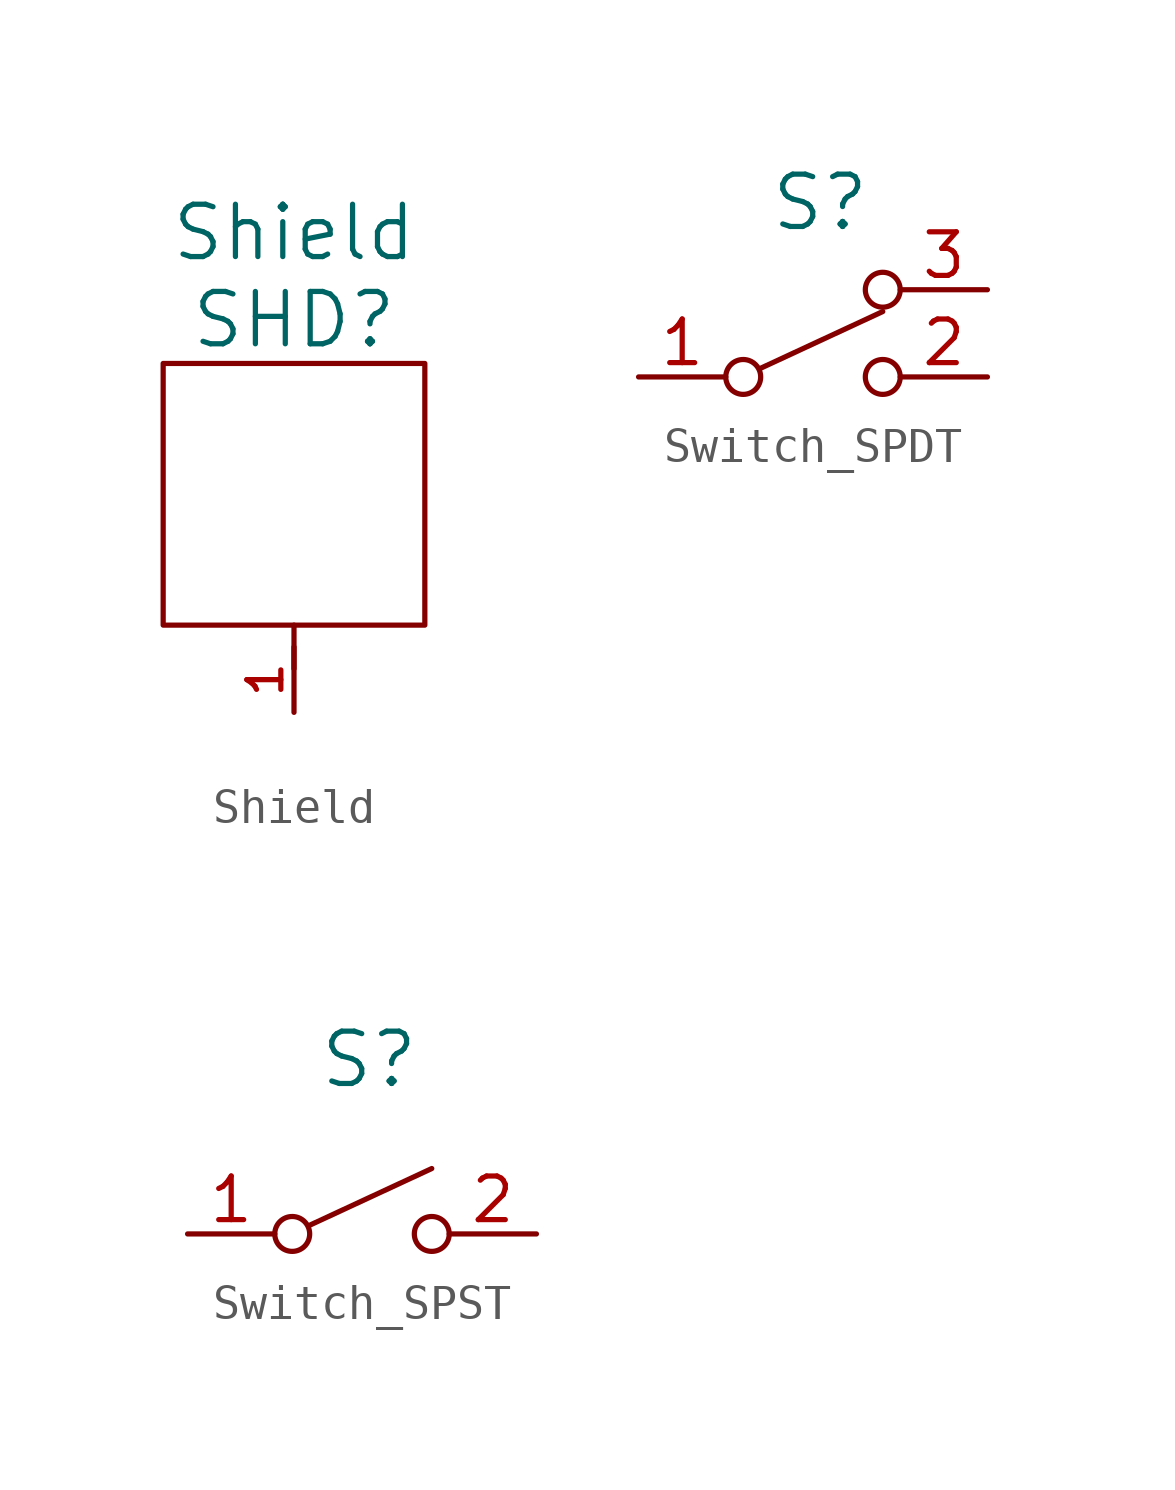
<source format=kicad_sym>
(kicad_symbol_lib
  (version 20231120)
  (generator "kicad_symbol_editor")
  (generator_version "8.0")
  (symbol "Shield"
    (property "Reference" "SHD"
      (at 0 5.08 0)
      (effects (font (size 1.524 1.524))))
    (property "Value" "Shield"
      (at 0 7.62 0)
      (effects (font (size 1.524 1.524))))
    (symbol "Shield_0_1"
      (rectangle (start -3.81 3.81) (end 3.81 -3.81) (stroke (width 0) (type default)) (fill (type none)))
      (polyline (pts (xy 0 -3.81) (xy 0 -5.08)) (stroke (width 0) (type default)) (fill (type none))))
    (symbol "Shield_1_1"
      (pin passive line (at 0 -6.35 90) (length 1.905) (name "~" (effects (font (size 0.991 0.991)))) (number "1" (effects (font (size 0.991 0.991)))))))
  (symbol "Switch_SPDT"
    (pin_names hide)
    (property "Reference" "S"
      (at -1.27 5.08 0)
      (effects (font (size 1.524 1.524)) (justify left)))
    (symbol "Switch_SPDT_0_1"
      (circle (center -2.032 0) (radius 0.508) (stroke (width 0) (type default)) (fill (type none)))
      (polyline (pts (xy -1.524 0.254) (xy 2.032 1.905)) (stroke (width 0) (type default)) (fill (type none)))
      (circle (center 2.032 0) (radius 0.508) (stroke (width 0) (type default)) (fill (type none)))
      (circle (center 2.032 2.54) (radius 0.508) (stroke (width 0) (type default)) (fill (type none))))
    (symbol "Switch_SPDT_1_1"
      (pin passive line (at -5.08 0 0) (length 2.54) (name "1" (effects (font (size 1.27 1.27)))) (number "1" (effects (font (size 1.27 1.27)))))
      (pin passive line (at 5.08 0 180) (length 2.54) (name "2" (effects (font (size 1.27 1.27)))) (number "2" (effects (font (size 1.27 1.27)))))
      (pin passive line (at 5.08 2.54 180) (length 2.54) (name "3" (effects (font (size 1.27 1.27)))) (number "3" (effects (font (size 1.27 1.27)))))))
  (symbol "Switch_SPST"
    (pin_names hide)
    (property "Reference" "S"
      (at -1.27 5.08 0)
      (effects (font (size 1.524 1.524)) (justify left)))
    (symbol "Switch_SPST_0_1"
      (circle (center -2.032 0) (radius 0.508) (stroke (width 0) (type default)) (fill (type none)))
      (polyline (pts (xy -1.524 0.254) (xy 2.032 1.905)) (stroke (width 0) (type default)) (fill (type none)))
      (circle (center 2.032 0) (radius 0.508) (stroke (width 0) (type default)) (fill (type none))))
    (symbol "Switch_SPST_1_1"
      (pin passive line (at -5.08 0 0) (length 2.54) (name "1" (effects (font (size 1.27 1.27)))) (number "1" (effects (font (size 1.27 1.27)))))
      (pin passive line (at 5.08 0 180) (length 2.54) (name "2" (effects (font (size 1.27 1.27)))) (number "2" (effects (font (size 1.27 1.27))))))))
</source>
